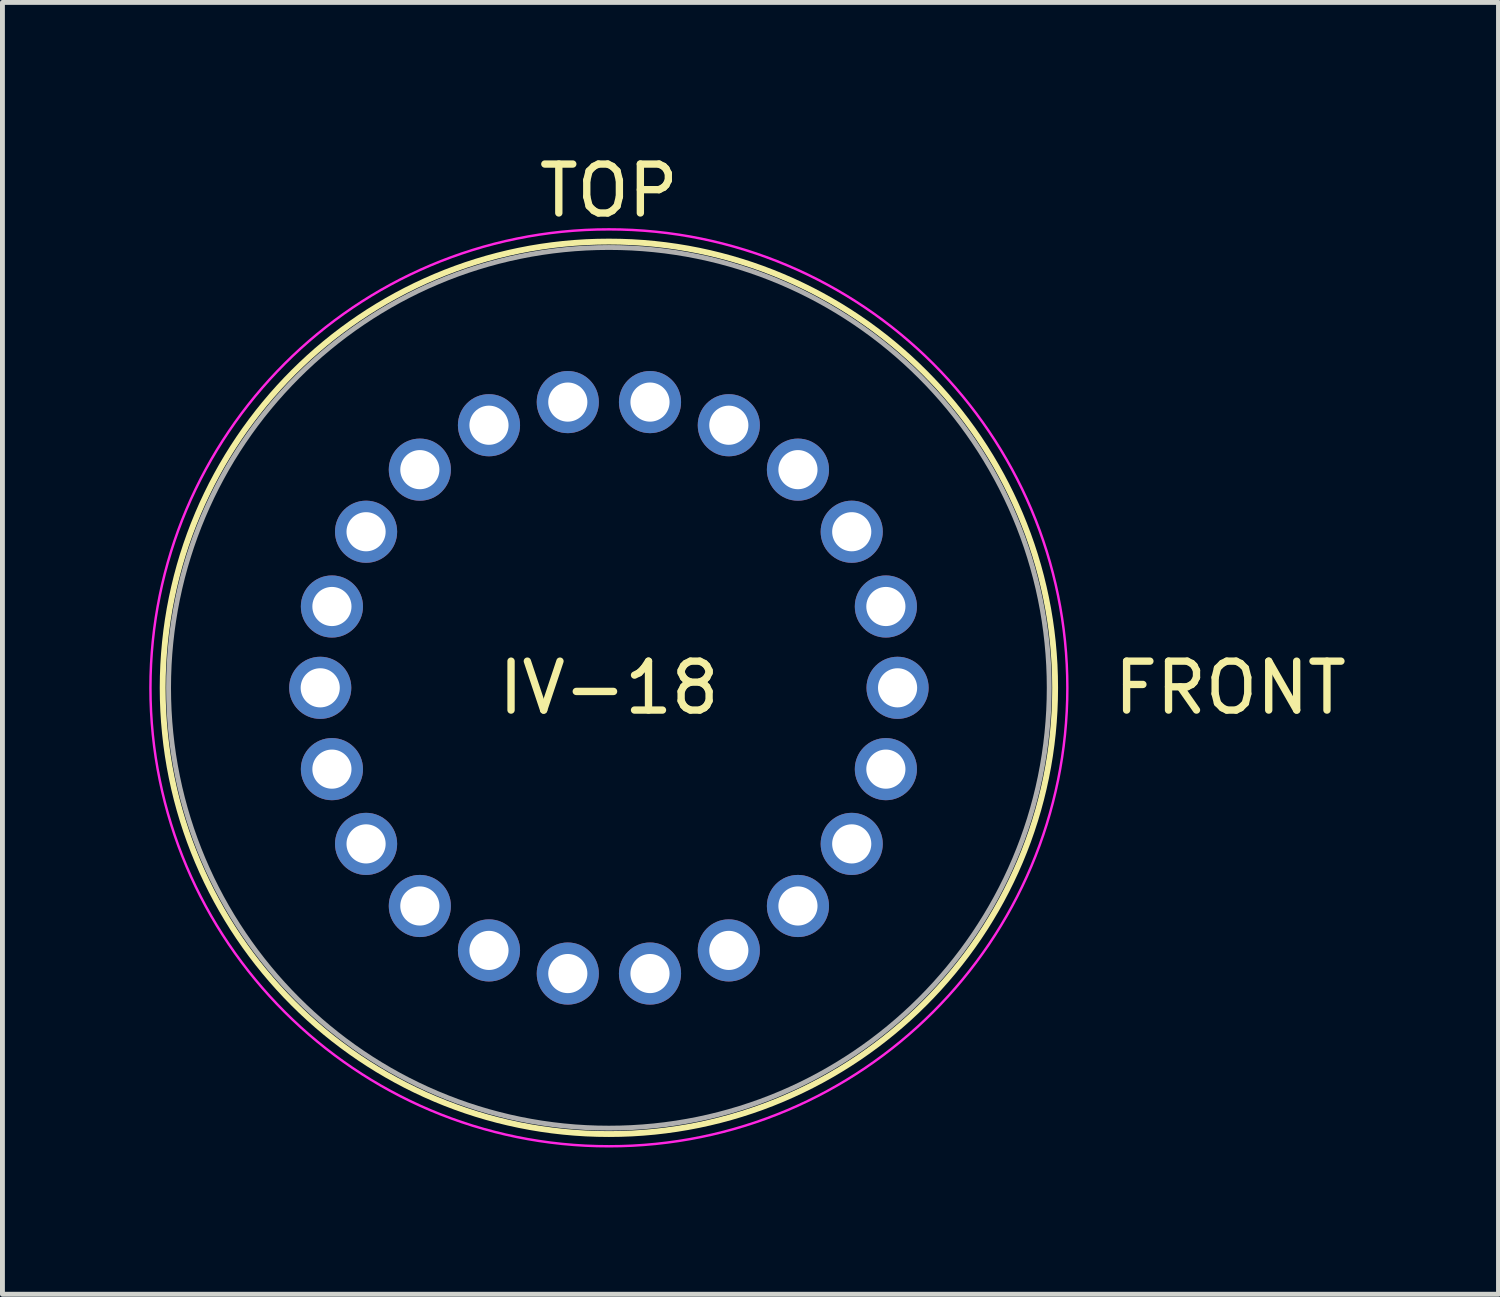
<source format=kicad_pcb>
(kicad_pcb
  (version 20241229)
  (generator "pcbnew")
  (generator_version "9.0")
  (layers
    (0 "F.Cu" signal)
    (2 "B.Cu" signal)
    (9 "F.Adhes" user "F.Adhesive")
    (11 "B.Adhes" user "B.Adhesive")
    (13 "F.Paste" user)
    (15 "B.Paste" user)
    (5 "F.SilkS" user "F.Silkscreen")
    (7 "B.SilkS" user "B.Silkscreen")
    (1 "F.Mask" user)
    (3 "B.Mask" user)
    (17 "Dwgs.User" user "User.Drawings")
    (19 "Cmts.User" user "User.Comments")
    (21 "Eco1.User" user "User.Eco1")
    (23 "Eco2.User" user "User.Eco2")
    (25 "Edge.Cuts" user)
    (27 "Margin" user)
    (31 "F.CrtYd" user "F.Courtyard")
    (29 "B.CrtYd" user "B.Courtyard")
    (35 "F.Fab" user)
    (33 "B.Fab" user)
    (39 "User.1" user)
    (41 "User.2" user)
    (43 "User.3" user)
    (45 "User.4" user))
  (footprint "IV-18"
    (layer "F.Cu")
    (at 9.395 11.008)
    (property "Reference" "IV-18" (at 0 0 0) (layer "F.SilkS") (effects (font (size 1 1) (thickness 0.15))))
    (attr through_hole)
    (fp_circle (center 0 0) (end 0 9.12) (stroke (width 0.12) (type solid)) (fill no) (layer "F.SilkS"))
    (fp_circle (center 0 0) (end 0 9.37) (stroke (width 0.05) (type solid)) (fill no) (layer "F.CrtYd"))
    (fp_circle (center 0 0) (end 0 9) (stroke (width 0.1) (type solid)) (fill no) (layer "F.Fab"))
    (fp_text user "FRONT" (at 12.7 0 0) (layer "F.SilkS") (effects (font (size 1 1) (thickness 0.15))))
    (fp_text user "TOP" (at 0 -10.16 0) (layer "F.SilkS") (effects (font (size 1 1) (thickness 0.15))))
    (pad "1" thru_hole oval (at -0.84 5.84) (size 1.27 1.27) (drill 0.8) (layers "*.Cu" "*.Mask"))
    (pad "2" thru_hole oval (at 0.84 5.84) (size 1.27 1.27) (drill 0.8) (layers "*.Cu" "*.Mask"))
    (pad "3" thru_hole oval (at 2.451 5.367) (size 1.27 1.27) (drill 0.8) (layers "*.Cu" "*.Mask"))
    (pad "4" thru_hole oval (at 3.864 4.459) (size 1.27 1.27) (drill 0.8) (layers "*.Cu" "*.Mask"))
    (pad "5" thru_hole oval (at 4.963 3.19) (size 1.27 1.27) (drill 0.8) (layers "*.Cu" "*.Mask"))
    (pad "6" thru_hole oval (at 5.661 1.662) (size 1.27 1.27) (drill 0.8) (layers "*.Cu" "*.Mask"))
    (pad "7" thru_hole oval (at 5.9 0.000018) (size 1.27 1.27) (drill 0.8) (layers "*.Cu" "*.Mask"))
    (pad "8" thru_hole oval (at 5.661 -1.662) (size 1.27 1.27) (drill 0.8) (layers "*.Cu" "*.Mask"))
    (pad "9" thru_hole oval (at 4.963 -3.19) (size 1.27 1.27) (drill 0.8) (layers "*.Cu" "*.Mask"))
    (pad "10" thru_hole oval (at 3.864 -4.459) (size 1.27 1.27) (drill 0.8) (layers "*.Cu" "*.Mask"))
    (pad "11" thru_hole oval (at 2.451 -5.367) (size 1.27 1.27) (drill 0.8) (layers "*.Cu" "*.Mask"))
    (pad "12" thru_hole oval (at 0.84 -5.84) (size 1.27 1.27) (drill 0.8) (layers "*.Cu" "*.Mask"))
    (pad "13" thru_hole oval (at -0.84 -5.84) (size 1.27 1.27) (drill 0.8) (layers "*.Cu" "*.Mask"))
    (pad "14" thru_hole oval (at -2.451 -5.367) (size 1.27 1.27) (drill 0.8) (layers "*.Cu" "*.Mask"))
    (pad "15" thru_hole oval (at -3.864 -4.459) (size 1.27 1.27) (drill 0.8) (layers "*.Cu" "*.Mask"))
    (pad "16" thru_hole oval (at -4.963 -3.19) (size 1.27 1.27) (drill 0.8) (layers "*.Cu" "*.Mask"))
    (pad "17" thru_hole oval (at -5.661 -1.662) (size 1.27 1.27) (drill 0.8) (layers "*.Cu" "*.Mask"))
    (pad "18" thru_hole oval (at -5.9 -0.000018) (size 1.27 1.27) (drill 0.8) (layers "*.Cu" "*.Mask"))
    (pad "19" thru_hole oval (at -5.661 1.662) (size 1.27 1.27) (drill 0.8) (layers "*.Cu" "*.Mask"))
    (pad "20" thru_hole oval (at -4.963 3.19) (size 1.27 1.27) (drill 0.8) (layers "*.Cu" "*.Mask"))
    (pad "21" thru_hole oval (at -3.864 4.459) (size 1.27 1.27) (drill 0.8) (layers "*.Cu" "*.Mask"))
    (pad "22" thru_hole oval (at -2.451 5.367) (size 1.27 1.27) (drill 0.8) (layers "*.Cu" "*.Mask")))
  (gr_rect
    (start -3 -3)
    (end 27.577 23.403)
    (stroke (width 0.1) (type default))
    (fill no)
    (layer "Edge.Cuts")))
</source>
